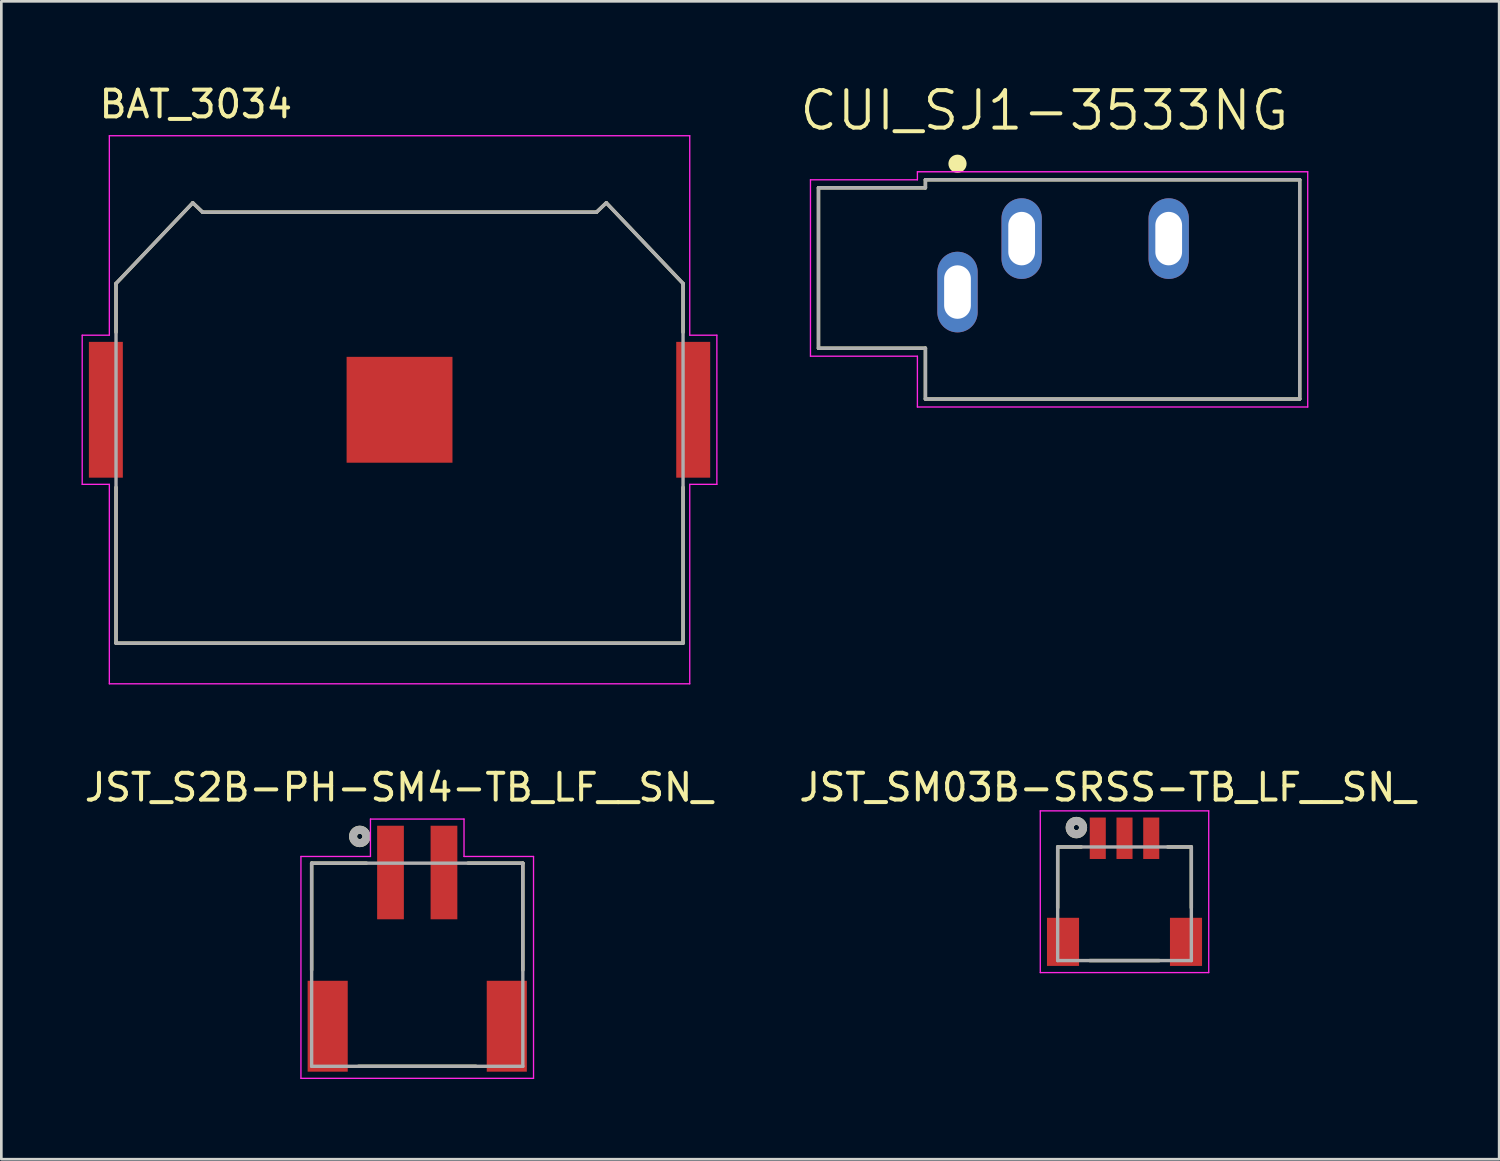
<source format=kicad_pcb>
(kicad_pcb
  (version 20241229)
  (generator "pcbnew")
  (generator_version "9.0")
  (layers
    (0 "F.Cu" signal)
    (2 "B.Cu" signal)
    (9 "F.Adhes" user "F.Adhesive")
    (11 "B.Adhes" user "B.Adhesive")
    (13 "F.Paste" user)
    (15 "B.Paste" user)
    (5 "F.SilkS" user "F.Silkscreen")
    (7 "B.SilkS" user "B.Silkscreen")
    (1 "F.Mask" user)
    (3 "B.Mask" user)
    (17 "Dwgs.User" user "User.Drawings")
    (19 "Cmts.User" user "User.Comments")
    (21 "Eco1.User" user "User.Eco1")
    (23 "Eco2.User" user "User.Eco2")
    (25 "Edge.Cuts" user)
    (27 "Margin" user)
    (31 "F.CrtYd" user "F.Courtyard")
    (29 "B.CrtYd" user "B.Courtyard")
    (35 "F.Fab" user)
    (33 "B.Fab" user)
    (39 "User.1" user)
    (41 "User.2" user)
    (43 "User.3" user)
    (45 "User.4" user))
  (footprint "CUI_SJ1-3533NG"
    (layer "F.Cu")
    (at 32.766 7.875)
    (property "Reference" "CUI_SJ1-3533NG" (at 3.247 -6.792 0) (layer "F.SilkS") (effects (font (size 1.401 1.401) (thickness 0.15))))
    (attr through_hole)
    (fp_line (start -5.2 -3.9) (end -1.2 -3.9) (stroke (width 0.127) (type solid)) (layer "F.SilkS"))
    (fp_line (start -5.2 2.1) (end -5.2 -3.9) (stroke (width 0.127) (type solid)) (layer "F.SilkS"))
    (fp_line (start -1.2 -4.2) (end 12.8 -4.2) (stroke (width 0.127) (type solid)) (layer "F.SilkS"))
    (fp_line (start -1.2 -3.9) (end -1.2 -4.2) (stroke (width 0.127) (type solid)) (layer "F.SilkS"))
    (fp_line (start -1.2 2.1) (end -5.2 2.1) (stroke (width 0.127) (type solid)) (layer "F.SilkS"))
    (fp_line (start -1.2 4) (end -1.2 2.1) (stroke (width 0.127) (type solid)) (layer "F.SilkS"))
    (fp_line (start 12.8 -4.2) (end 12.8 4) (stroke (width 0.127) (type solid)) (layer "F.SilkS"))
    (fp_line (start 12.8 4) (end -1.2 4) (stroke (width 0.127) (type solid)) (layer "F.SilkS"))
    (fp_circle (center 0 -4.8) (end 0.17 -4.8) (stroke (width 0.34) (type solid)) (fill no) (layer "F.SilkS"))
    (fp_line (start -5.5 -4.2) (end -1.5 -4.2) (stroke (width 0.05) (type solid)) (layer "F.CrtYd"))
    (fp_line (start -5.5 2.4) (end -5.5 -4.2) (stroke (width 0.05) (type solid)) (layer "F.CrtYd"))
    (fp_line (start -1.5 -4.5) (end 13.1 -4.5) (stroke (width 0.05) (type solid)) (layer "F.CrtYd"))
    (fp_line (start -1.5 -4.2) (end -1.5 -4.5) (stroke (width 0.05) (type solid)) (layer "F.CrtYd"))
    (fp_line (start -1.5 2.4) (end -5.5 2.4) (stroke (width 0.05) (type solid)) (layer "F.CrtYd"))
    (fp_line (start -1.5 4.3) (end -1.5 2.4) (stroke (width 0.05) (type solid)) (layer "F.CrtYd"))
    (fp_line (start 13.1 -4.5) (end 13.1 4.3) (stroke (width 0.05) (type solid)) (layer "F.CrtYd"))
    (fp_line (start 13.1 4.3) (end -1.5 4.3) (stroke (width 0.05) (type solid)) (layer "F.CrtYd"))
    (fp_line (start -5.2 -3.9) (end -1.2 -3.9) (stroke (width 0.127) (type solid)) (layer "F.Fab"))
    (fp_line (start -5.2 2.1) (end -5.2 -3.9) (stroke (width 0.127) (type solid)) (layer "F.Fab"))
    (fp_line (start -1.2 -4.2) (end 12.8 -4.2) (stroke (width 0.127) (type solid)) (layer "F.Fab"))
    (fp_line (start -1.2 -3.9) (end -1.2 -4.2) (stroke (width 0.127) (type solid)) (layer "F.Fab"))
    (fp_line (start -1.2 2.1) (end -5.2 2.1) (stroke (width 0.127) (type solid)) (layer "F.Fab"))
    (fp_line (start -1.2 4) (end -1.2 2.1) (stroke (width 0.127) (type solid)) (layer "F.Fab"))
    (fp_line (start 12.8 -4.2) (end 12.8 4) (stroke (width 0.127) (type solid)) (layer "F.Fab"))
    (fp_line (start 12.8 4) (end -1.2 4) (stroke (width 0.127) (type solid)) (layer "F.Fab"))
    (pad "1" thru_hole oval (at 0 0) (size 1.508 3.016) (drill oval 1 2) (layers "*.Cu" "*.Mask"))
    (pad "2" thru_hole oval (at 2.4 -2) (size 1.508 3.016) (drill oval 1 2) (layers "*.Cu" "*.Mask"))
    (pad "3" thru_hole oval (at 7.9 -2) (size 1.508 3.016) (drill oval 1 2) (layers "*.Cu" "*.Mask")))
  (footprint "BAT_3034"
    (layer "F.Cu")
    (at 11.895 12.278)
    (property "Reference" "BAT_3034" (at -7.62 -11.43 0) (layer "F.SilkS") (effects (font (size 1 1) (thickness 0.15))))
    (attr smd)
    (fp_line (start -10.605 -4.723) (end -10.605 -2.9) (stroke (width 0.127) (type solid)) (layer "F.SilkS"))
    (fp_line (start -10.605 8.729) (end -10.605 2.9) (stroke (width 0.127) (type solid)) (layer "F.SilkS"))
    (fp_line (start -10.605 8.729) (end 10.605 8.729) (stroke (width 0.127) (type solid)) (layer "F.SilkS"))
    (fp_line (start -7.734 -7.741) (end -10.605 -4.723) (stroke (width 0.127) (type solid)) (layer "F.SilkS"))
    (fp_line (start -7.734 -7.741) (end -7.366 -7.391) (stroke (width 0.127) (type solid)) (layer "F.SilkS"))
    (fp_line (start -7.366 -7.391) (end 7.366 -7.391) (stroke (width 0.127) (type solid)) (layer "F.SilkS"))
    (fp_line (start 7.366 -7.391) (end 7.734 -7.741) (stroke (width 0.127) (type solid)) (layer "F.SilkS"))
    (fp_line (start 7.734 -7.741) (end 10.605 -4.723) (stroke (width 0.127) (type solid)) (layer "F.SilkS"))
    (fp_line (start 10.605 -4.723) (end 10.605 -2.9) (stroke (width 0.127) (type solid)) (layer "F.SilkS"))
    (fp_line (start 10.605 8.729) (end 10.605 2.9) (stroke (width 0.127) (type solid)) (layer "F.SilkS"))
    (fp_line (start -11.87 -2.79) (end -11.87 2.79) (stroke (width 0.05) (type solid)) (layer "F.CrtYd"))
    (fp_line (start -11.87 2.79) (end -10.855 2.79) (stroke (width 0.05) (type solid)) (layer "F.CrtYd"))
    (fp_line (start -10.855 -10.25) (end -10.855 -2.79) (stroke (width 0.05) (type solid)) (layer "F.CrtYd"))
    (fp_line (start -10.855 -2.79) (end -11.87 -2.79) (stroke (width 0.05) (type solid)) (layer "F.CrtYd"))
    (fp_line (start -10.855 2.79) (end -10.855 10.25) (stroke (width 0.05) (type solid)) (layer "F.CrtYd"))
    (fp_line (start -10.855 10.25) (end 10.855 10.25) (stroke (width 0.05) (type solid)) (layer "F.CrtYd"))
    (fp_line (start 10.855 -10.25) (end -10.855 -10.25) (stroke (width 0.05) (type solid)) (layer "F.CrtYd"))
    (fp_line (start 10.855 -2.79) (end 10.855 -10.25) (stroke (width 0.05) (type solid)) (layer "F.CrtYd"))
    (fp_line (start 10.855 -2.79) (end 11.87 -2.79) (stroke (width 0.05) (type solid)) (layer "F.CrtYd"))
    (fp_line (start 10.855 10.25) (end 10.855 2.79) (stroke (width 0.05) (type solid)) (layer "F.CrtYd"))
    (fp_line (start 11.87 -2.79) (end 11.87 2.79) (stroke (width 0.05) (type solid)) (layer "F.CrtYd"))
    (fp_line (start 11.87 2.79) (end 10.855 2.79) (stroke (width 0.05) (type solid)) (layer "F.CrtYd"))
    (fp_line (start -10.605 -4.723) (end -10.605 8.729) (stroke (width 0.127) (type solid)) (layer "F.Fab"))
    (fp_line (start -10.605 8.729) (end 10.605 8.729) (stroke (width 0.127) (type solid)) (layer "F.Fab"))
    (fp_line (start -7.734 -7.741) (end -10.605 -4.723) (stroke (width 0.127) (type solid)) (layer "F.Fab"))
    (fp_line (start -7.734 -7.741) (end -7.366 -7.391) (stroke (width 0.127) (type solid)) (layer "F.Fab"))
    (fp_line (start -7.366 -7.391) (end 7.366 -7.391) (stroke (width 0.127) (type solid)) (layer "F.Fab"))
    (fp_line (start 7.366 -7.391) (end 7.734 -7.741) (stroke (width 0.127) (type solid)) (layer "F.Fab"))
    (fp_line (start 7.734 -7.741) (end 10.605 -4.723) (stroke (width 0.127) (type solid)) (layer "F.Fab"))
    (fp_line (start 10.605 -4.723) (end 10.605 8.729) (stroke (width 0.127) (type solid)) (layer "F.Fab"))
    (pad "N" smd rect (at 0 0) (size 3.96 3.96) (layers "F.Cu" "F.Mask"))
    (pad "P1" smd rect (at -10.985 0) (size 1.27 5.08) (layers "F.Cu" "F.Mask" "F.Paste"))
    (pad "P2" smd rect (at 10.985 0) (size 1.27 5.08) (layers "F.Cu" "F.Mask" "F.Paste")))
  (footprint "JST_SM03B-SRSS-TB_LF__SN_"
    (layer "F.Cu")
    (at 39.013 28.306)
    (property "Reference" "JST_SM03B-SRSS-TB_LF__SN_" (at -0.635 -1.905 0) (layer "F.SilkS") (effects (font (size 1 1) (thickness 0.15))))
    (attr smd)
    (fp_line (start -2.5 0.325) (end -2.5 2.6) (stroke (width 0.127) (type solid)) (layer "F.SilkS"))
    (fp_line (start -1.615 0.325) (end -2.5 0.325) (stroke (width 0.127) (type solid)) (layer "F.SilkS"))
    (fp_line (start -1.3 4.575) (end 1.3 4.575) (stroke (width 0.127) (type solid)) (layer "F.SilkS"))
    (fp_line (start 2.5 0.325) (end 1.615 0.325) (stroke (width 0.127) (type solid)) (layer "F.SilkS"))
    (fp_line (start 2.5 2.6) (end 2.5 0.325) (stroke (width 0.127) (type solid)) (layer "F.SilkS"))
    (fp_circle (center -1.8 -0.4) (end -1.7 -0.4) (stroke (width 0.3) (type solid)) (fill no) (layer "F.SilkS"))
    (fp_line (start -3.15 -1.025) (end 3.15 -1.025) (stroke (width 0.05) (type solid)) (layer "F.CrtYd"))
    (fp_line (start -3.15 5.025) (end -3.15 -1.025) (stroke (width 0.05) (type solid)) (layer "F.CrtYd"))
    (fp_line (start 3.15 -1.025) (end 3.15 5.025) (stroke (width 0.05) (type solid)) (layer "F.CrtYd"))
    (fp_line (start 3.15 5.025) (end -3.15 5.025) (stroke (width 0.05) (type solid)) (layer "F.CrtYd"))
    (fp_line (start -2.5 0.325) (end 2.5 0.325) (stroke (width 0.127) (type solid)) (layer "F.Fab"))
    (fp_line (start -2.5 4.575) (end -2.5 0.325) (stroke (width 0.127) (type solid)) (layer "F.Fab"))
    (fp_line (start 2.5 0.325) (end 2.5 4.575) (stroke (width 0.127) (type solid)) (layer "F.Fab"))
    (fp_line (start 2.5 4.575) (end -2.5 4.575) (stroke (width 0.127) (type solid)) (layer "F.Fab"))
    (fp_circle (center -1.8 -0.4) (end -1.7 -0.4) (stroke (width 0.3) (type solid)) (fill no) (layer "F.Fab"))
    (pad "1" smd rect (at -1 0 90) (size 1.55 0.6) (layers "F.Cu" "F.Mask" "F.Paste"))
    (pad "2" smd rect (at 0 0 90) (size 1.55 0.6) (layers "F.Cu" "F.Mask" "F.Paste"))
    (pad "3" smd rect (at 1 0 90) (size 1.55 0.6) (layers "F.Cu" "F.Mask" "F.Paste"))
    (pad "S1" smd rect (at -2.3 3.875 180) (size 1.2 1.8) (layers "F.Cu" "F.Mask" "F.Paste"))
    (pad "S2" smd rect (at 2.3 3.875 180) (size 1.2 1.8) (layers "F.Cu" "F.Mask" "F.Paste")))
  (footprint "JST_S2B-PH-SM4-TB_LF__SN_"
    (layer "F.Cu")
    (at 12.557 29.587)
    (property "Reference" "JST_S2B-PH-SM4-TB_LF__SN_" (at -0.692 -3.184 0) (layer "F.SilkS") (effects (font (size 1.002 1.002) (thickness 0.15))))
    (attr smd)
    (fp_line (start -3.95 -0.35) (end -3.95 3.65) (stroke (width 0.127) (type solid)) (layer "F.SilkS"))
    (fp_line (start -2.2 7.25) (end 2.2 7.25) (stroke (width 0.127) (type solid)) (layer "F.SilkS"))
    (fp_line (start -1.9 -0.35) (end -3.95 -0.35) (stroke (width 0.127) (type solid)) (layer "F.SilkS"))
    (fp_line (start 3.95 -0.35) (end 1.9 -0.35) (stroke (width 0.127) (type solid)) (layer "F.SilkS"))
    (fp_line (start 3.95 3.65) (end 3.95 -0.35) (stroke (width 0.127) (type solid)) (layer "F.SilkS"))
    (fp_circle (center -2.15 -1.35) (end -2.05 -1.35) (stroke (width 0.3) (type solid)) (fill no) (layer "F.SilkS"))
    (fp_line (start -4.35 -0.6) (end -1.75 -0.6) (stroke (width 0.05) (type solid)) (layer "F.CrtYd"))
    (fp_line (start -4.35 7.7) (end -4.35 -0.6) (stroke (width 0.05) (type solid)) (layer "F.CrtYd"))
    (fp_line (start -1.75 -2) (end 1.75 -2) (stroke (width 0.05) (type solid)) (layer "F.CrtYd"))
    (fp_line (start -1.75 -0.6) (end -1.75 -2) (stroke (width 0.05) (type solid)) (layer "F.CrtYd"))
    (fp_line (start 1.75 -2) (end 1.75 -0.6) (stroke (width 0.05) (type solid)) (layer "F.CrtYd"))
    (fp_line (start 1.75 -0.6) (end 4.35 -0.6) (stroke (width 0.05) (type solid)) (layer "F.CrtYd"))
    (fp_line (start 4.35 -0.6) (end 4.35 7.7) (stroke (width 0.05) (type solid)) (layer "F.CrtYd"))
    (fp_line (start 4.35 7.7) (end -4.35 7.7) (stroke (width 0.05) (type solid)) (layer "F.CrtYd"))
    (fp_line (start -3.95 -0.35) (end 3.95 -0.35) (stroke (width 0.127) (type solid)) (layer "F.Fab"))
    (fp_line (start -3.95 7.25) (end -3.95 -0.35) (stroke (width 0.127) (type solid)) (layer "F.Fab"))
    (fp_line (start 3.95 -0.35) (end 3.95 7.25) (stroke (width 0.127) (type solid)) (layer "F.Fab"))
    (fp_line (start 3.95 7.25) (end -3.95 7.25) (stroke (width 0.127) (type solid)) (layer "F.Fab"))
    (fp_circle (center -2.15 -1.35) (end -2.05 -1.35) (stroke (width 0.3) (type solid)) (fill no) (layer "F.Fab"))
    (pad "1" smd rect (at -1 0 180) (size 1 3.5) (layers "F.Cu" "F.Mask" "F.Paste"))
    (pad "2" smd rect (at 1 0 180) (size 1 3.5) (layers "F.Cu" "F.Mask" "F.Paste"))
    (pad "S1" smd rect (at -3.35 5.75 180) (size 1.5 3.4) (layers "F.Cu" "F.Mask" "F.Paste"))
    (pad "S2" smd rect (at 3.35 5.75 180) (size 1.5 3.4) (layers "F.Cu" "F.Mask" "F.Paste")))
  (gr_rect
    (start -3 -3)
    (end 53.027 40.312)
    (stroke (width 0.1) (type default))
    (fill no)
    (layer "Edge.Cuts")))
</source>
